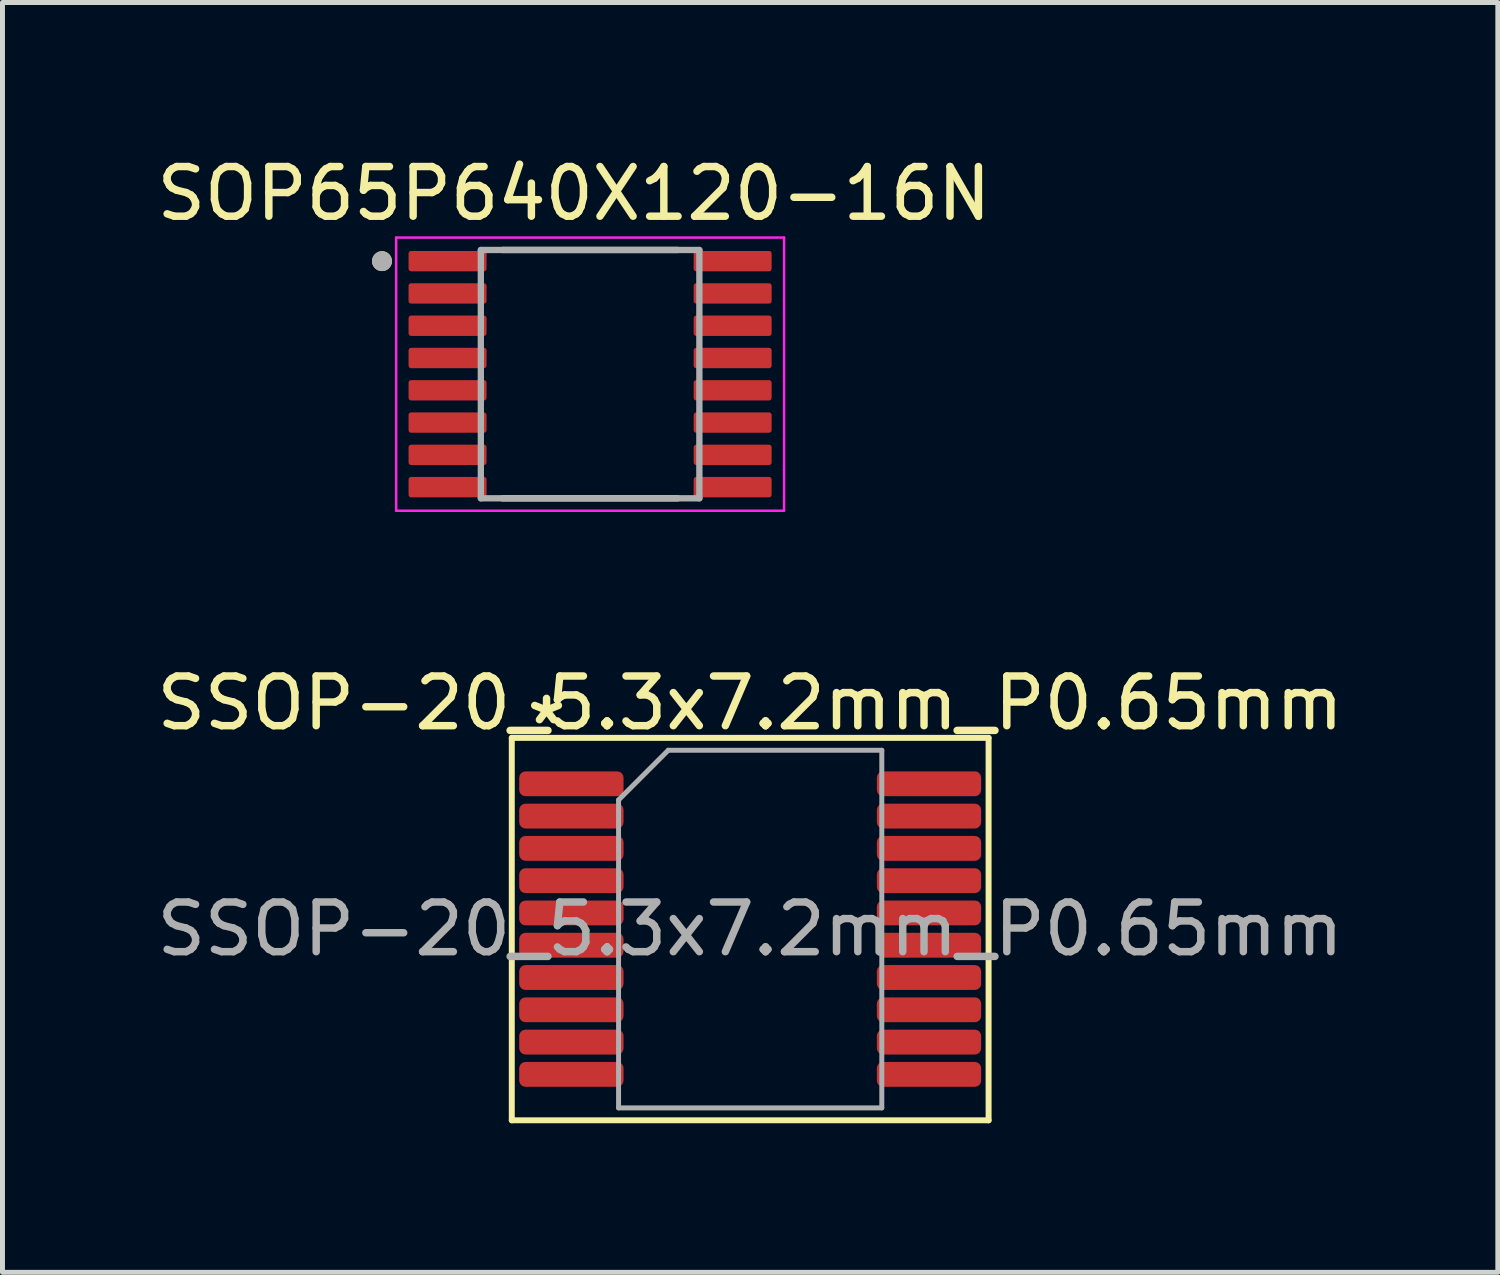
<source format=kicad_pcb>
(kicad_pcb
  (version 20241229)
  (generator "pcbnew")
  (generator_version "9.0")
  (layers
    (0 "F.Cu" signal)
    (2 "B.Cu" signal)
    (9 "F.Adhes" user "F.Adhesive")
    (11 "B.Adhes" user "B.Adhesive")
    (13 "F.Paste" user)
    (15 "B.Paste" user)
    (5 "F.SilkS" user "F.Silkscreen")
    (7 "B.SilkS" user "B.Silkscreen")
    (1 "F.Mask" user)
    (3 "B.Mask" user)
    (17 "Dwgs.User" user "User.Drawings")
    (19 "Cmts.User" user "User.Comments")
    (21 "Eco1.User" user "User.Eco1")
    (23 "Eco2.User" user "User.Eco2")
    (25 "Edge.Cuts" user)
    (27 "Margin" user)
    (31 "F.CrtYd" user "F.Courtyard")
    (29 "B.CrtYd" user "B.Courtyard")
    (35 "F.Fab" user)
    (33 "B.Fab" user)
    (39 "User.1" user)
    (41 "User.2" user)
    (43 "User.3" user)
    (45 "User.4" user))
  (footprint "SSOP-20_5.3x7.2mm_P0.65mm"
    (layer "F.Cu")
    (at 12.054 15.656)
    (property "Reference" "SSOP-20_5.3x7.2mm_P0.65mm" (at 0 -4.55 0) (layer "F.SilkS") (effects (font (size 1 1) (thickness 0.15))))
    (attr smd)
    (fp_line (start -4.8 -3.85) (end -4.8 3.85) (stroke (width 0.12) (type solid)) (layer "F.SilkS"))
    (fp_line (start -4.8 3.85) (end 4.8 3.85) (stroke (width 0.12) (type solid)) (layer "F.SilkS"))
    (fp_line (start 4.8 -3.85) (end -4.8 -3.85) (stroke (width 0.12) (type solid)) (layer "F.SilkS"))
    (fp_line (start 4.8 3.85) (end 4.8 -3.85) (stroke (width 0.12) (type solid)) (layer "F.SilkS"))
    (fp_line (start -2.65 -2.6) (end -1.65 -3.6) (stroke (width 0.1) (type solid)) (layer "F.Fab"))
    (fp_line (start -2.65 3.6) (end -2.65 -2.6) (stroke (width 0.1) (type solid)) (layer "F.Fab"))
    (fp_line (start -1.65 -3.6) (end 2.65 -3.6) (stroke (width 0.1) (type solid)) (layer "F.Fab"))
    (fp_line (start 2.65 -3.6) (end 2.65 3.6) (stroke (width 0.1) (type solid)) (layer "F.Fab"))
    (fp_line (start 2.65 3.6) (end -2.65 3.6) (stroke (width 0.1) (type solid)) (layer "F.Fab"))
    (fp_text user "*" (at -4.1 -4.1 0) (layer "F.SilkS") (effects (font (size 1 1) (thickness 0.15))))
    (fp_text user "${REFERENCE}" (at 0 0 0) (layer "F.Fab") (effects (font (size 1 1) (thickness 0.15))))
    (pad "1" smd roundrect (at -3.6 -2.925) (size 2.1 0.5) (layers "F.Cu" "F.Mask" "F.Paste") (roundrect_rratio 0.25))
    (pad "2" smd roundrect (at -3.6 -2.275) (size 2.1 0.5) (layers "F.Cu" "F.Mask" "F.Paste") (roundrect_rratio 0.25))
    (pad "3" smd roundrect (at -3.6 -1.625) (size 2.1 0.5) (layers "F.Cu" "F.Mask" "F.Paste") (roundrect_rratio 0.25))
    (pad "4" smd roundrect (at -3.6 -0.975) (size 2.1 0.5) (layers "F.Cu" "F.Mask" "F.Paste") (roundrect_rratio 0.25))
    (pad "5" smd roundrect (at -3.6 -0.325) (size 2.1 0.5) (layers "F.Cu" "F.Mask" "F.Paste") (roundrect_rratio 0.25))
    (pad "6" smd roundrect (at -3.6 0.325) (size 2.1 0.5) (layers "F.Cu" "F.Mask" "F.Paste") (roundrect_rratio 0.25))
    (pad "7" smd roundrect (at -3.6 0.975) (size 2.1 0.5) (layers "F.Cu" "F.Mask" "F.Paste") (roundrect_rratio 0.25))
    (pad "8" smd roundrect (at -3.6 1.625) (size 2.1 0.5) (layers "F.Cu" "F.Mask" "F.Paste") (roundrect_rratio 0.25))
    (pad "9" smd roundrect (at -3.6 2.275) (size 2.1 0.5) (layers "F.Cu" "F.Mask" "F.Paste") (roundrect_rratio 0.25))
    (pad "10" smd roundrect (at -3.6 2.925) (size 2.1 0.5) (layers "F.Cu" "F.Mask" "F.Paste") (roundrect_rratio 0.25))
    (pad "11" smd roundrect (at 3.6 2.925) (size 2.1 0.5) (layers "F.Cu" "F.Mask" "F.Paste") (roundrect_rratio 0.25))
    (pad "12" smd roundrect (at 3.6 2.275) (size 2.1 0.5) (layers "F.Cu" "F.Mask" "F.Paste") (roundrect_rratio 0.25))
    (pad "13" smd roundrect (at 3.6 1.625) (size 2.1 0.5) (layers "F.Cu" "F.Mask" "F.Paste") (roundrect_rratio 0.25))
    (pad "14" smd roundrect (at 3.6 0.975) (size 2.1 0.5) (layers "F.Cu" "F.Mask" "F.Paste") (roundrect_rratio 0.25))
    (pad "15" smd roundrect (at 3.6 0.325) (size 2.1 0.5) (layers "F.Cu" "F.Mask" "F.Paste") (roundrect_rratio 0.25))
    (pad "16" smd roundrect (at 3.6 -0.325) (size 2.1 0.5) (layers "F.Cu" "F.Mask" "F.Paste") (roundrect_rratio 0.25))
    (pad "17" smd roundrect (at 3.6 -0.975) (size 2.1 0.5) (layers "F.Cu" "F.Mask" "F.Paste") (roundrect_rratio 0.25))
    (pad "18" smd roundrect (at 3.6 -1.625) (size 2.1 0.5) (layers "F.Cu" "F.Mask" "F.Paste") (roundrect_rratio 0.25))
    (pad "19" smd roundrect (at 3.6 -2.275) (size 2.1 0.5) (layers "F.Cu" "F.Mask" "F.Paste") (roundrect_rratio 0.25))
    (pad "20" smd roundrect (at 3.6 -2.925) (size 2.1 0.5) (layers "F.Cu" "F.Mask" "F.Paste") (roundrect_rratio 0.25)))
  (footprint "SOP65P640X120-16N"
    (layer "F.Cu")
    (at 8.831 4.483)
    (property "Reference" "SOP65P640X120-16N" (at -0.325 -3.635 0) (layer "F.SilkS") (effects (font (size 1 1) (thickness 0.15))))
    (attr smd)
    (fp_line (start -1.765 -2.5) (end 1.765 -2.5) (stroke (width 0.127) (type solid)) (layer "F.SilkS"))
    (fp_line (start 1.765 2.5) (end -1.765 2.5) (stroke (width 0.127) (type solid)) (layer "F.SilkS"))
    (fp_circle (center -4.19 -2.275) (end -4.09 -2.275) (stroke (width 0.2) (type solid)) (fill no) (layer "F.SilkS"))
    (fp_line (start -3.905 -2.75) (end -3.905 2.75) (stroke (width 0.05) (type solid)) (layer "F.CrtYd"))
    (fp_line (start -3.905 -2.75) (end 3.905 -2.75) (stroke (width 0.05) (type solid)) (layer "F.CrtYd"))
    (fp_line (start -3.905 2.75) (end 3.905 2.75) (stroke (width 0.05) (type solid)) (layer "F.CrtYd"))
    (fp_line (start 3.905 -2.75) (end 3.905 2.75) (stroke (width 0.05) (type solid)) (layer "F.CrtYd"))
    (fp_line (start -2.2 -2.5) (end -2.2 2.5) (stroke (width 0.127) (type solid)) (layer "F.Fab"))
    (fp_line (start -2.2 -2.5) (end 2.2 -2.5) (stroke (width 0.127) (type solid)) (layer "F.Fab"))
    (fp_line (start -2.2 2.5) (end 2.2 2.5) (stroke (width 0.127) (type solid)) (layer "F.Fab"))
    (fp_line (start 2.2 -2.5) (end 2.2 2.5) (stroke (width 0.127) (type solid)) (layer "F.Fab"))
    (fp_circle (center -4.19 -2.275) (end -4.09 -2.275) (stroke (width 0.2) (type solid)) (fill no) (layer "F.Fab"))
    (pad "1" smd roundrect (at -2.87 -2.275) (size 1.57 0.41) (layers "F.Cu" "F.Mask" "F.Paste") (roundrect_rratio 0.125))
    (pad "2" smd roundrect (at -2.87 -1.625) (size 1.57 0.41) (layers "F.Cu" "F.Mask" "F.Paste") (roundrect_rratio 0.125))
    (pad "3" smd roundrect (at -2.87 -0.975) (size 1.57 0.41) (layers "F.Cu" "F.Mask" "F.Paste") (roundrect_rratio 0.125))
    (pad "4" smd roundrect (at -2.87 -0.325) (size 1.57 0.41) (layers "F.Cu" "F.Mask" "F.Paste") (roundrect_rratio 0.125))
    (pad "5" smd roundrect (at -2.87 0.325) (size 1.57 0.41) (layers "F.Cu" "F.Mask" "F.Paste") (roundrect_rratio 0.125))
    (pad "6" smd roundrect (at -2.87 0.975) (size 1.57 0.41) (layers "F.Cu" "F.Mask" "F.Paste") (roundrect_rratio 0.125))
    (pad "7" smd roundrect (at -2.87 1.625) (size 1.57 0.41) (layers "F.Cu" "F.Mask" "F.Paste") (roundrect_rratio 0.125))
    (pad "8" smd roundrect (at -2.87 2.275) (size 1.57 0.41) (layers "F.Cu" "F.Mask" "F.Paste") (roundrect_rratio 0.125))
    (pad "9" smd roundrect (at 2.87 2.275) (size 1.57 0.41) (layers "F.Cu" "F.Mask" "F.Paste") (roundrect_rratio 0.125))
    (pad "10" smd roundrect (at 2.87 1.625) (size 1.57 0.41) (layers "F.Cu" "F.Mask" "F.Paste") (roundrect_rratio 0.125))
    (pad "11" smd roundrect (at 2.87 0.975) (size 1.57 0.41) (layers "F.Cu" "F.Mask" "F.Paste") (roundrect_rratio 0.125))
    (pad "12" smd roundrect (at 2.87 0.325) (size 1.57 0.41) (layers "F.Cu" "F.Mask" "F.Paste") (roundrect_rratio 0.125))
    (pad "13" smd roundrect (at 2.87 -0.325) (size 1.57 0.41) (layers "F.Cu" "F.Mask" "F.Paste") (roundrect_rratio 0.125))
    (pad "14" smd roundrect (at 2.87 -0.975) (size 1.57 0.41) (layers "F.Cu" "F.Mask" "F.Paste") (roundrect_rratio 0.125))
    (pad "15" smd roundrect (at 2.87 -1.625) (size 1.57 0.41) (layers "F.Cu" "F.Mask" "F.Paste") (roundrect_rratio 0.125))
    (pad "16" smd roundrect (at 2.87 -2.275) (size 1.57 0.41) (layers "F.Cu" "F.Mask" "F.Paste") (roundrect_rratio 0.125)))
  (gr_rect
    (start -3 -3)
    (end 27.107 22.567)
    (stroke (width 0.1) (type default))
    (fill no)
    (layer "Edge.Cuts")))
</source>
